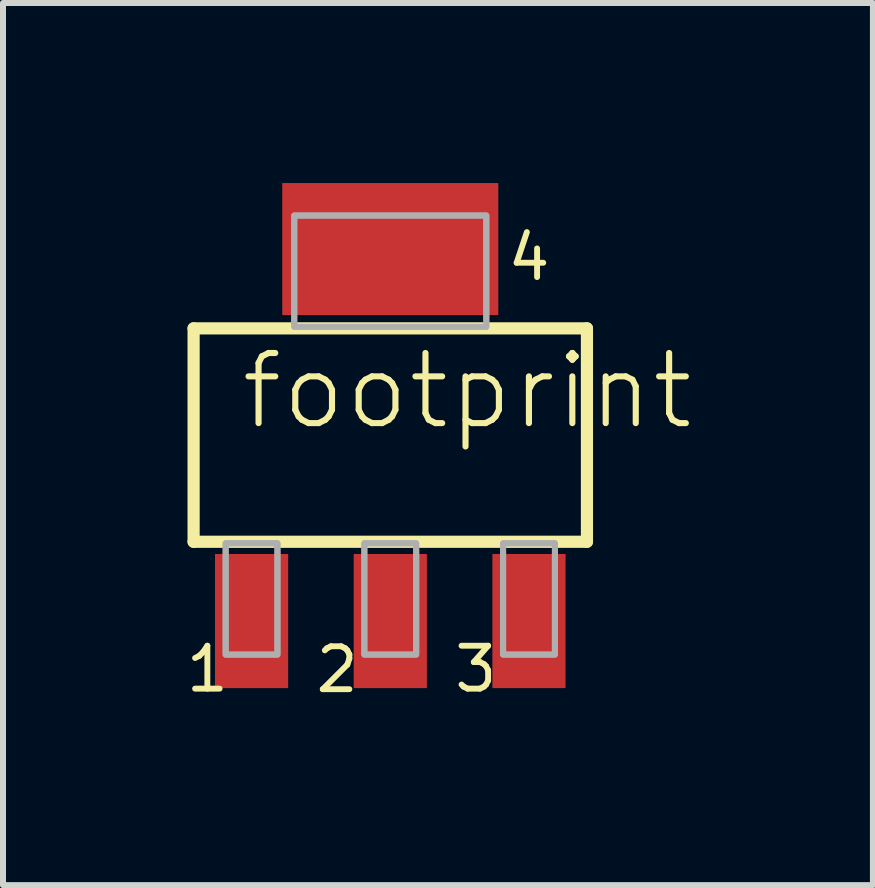
<source format=kicad_pcb>
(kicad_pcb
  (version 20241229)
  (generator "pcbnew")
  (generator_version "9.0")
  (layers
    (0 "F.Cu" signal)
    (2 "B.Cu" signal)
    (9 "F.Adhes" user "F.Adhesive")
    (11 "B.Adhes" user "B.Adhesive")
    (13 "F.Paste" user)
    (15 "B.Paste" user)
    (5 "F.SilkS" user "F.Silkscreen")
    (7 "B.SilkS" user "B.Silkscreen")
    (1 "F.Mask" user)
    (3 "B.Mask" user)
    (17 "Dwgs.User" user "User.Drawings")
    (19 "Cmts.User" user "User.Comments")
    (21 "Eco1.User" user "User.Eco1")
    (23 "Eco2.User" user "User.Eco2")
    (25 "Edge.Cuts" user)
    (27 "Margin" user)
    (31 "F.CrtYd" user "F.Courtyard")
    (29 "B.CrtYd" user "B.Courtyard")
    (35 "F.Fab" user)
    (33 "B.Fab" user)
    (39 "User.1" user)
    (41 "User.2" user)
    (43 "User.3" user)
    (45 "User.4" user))
  (footprint "footprint"
    (layer "F.Cu")
    (at 3.453 4.199)
    (property "Reference" "footprint" (at -2.54 -0.051 0) (layer "F.SilkS") (effects (font (size 1.168 1.168) (thickness 0.102)) (justify left bottom)))
    (fp_line (start -3.277 -1.778) (end 3.277 -1.778) (stroke (width 0.203) (type solid)) (layer "F.SilkS"))
    (fp_line (start -3.277 1.778) (end -3.277 -1.778) (stroke (width 0.203) (type solid)) (layer "F.SilkS"))
    (fp_line (start 3.277 -1.778) (end 3.277 1.778) (stroke (width 0.203) (type solid)) (layer "F.SilkS"))
    (fp_line (start 3.277 1.778) (end -3.277 1.778) (stroke (width 0.203) (type solid)) (layer "F.SilkS"))
    (fp_poly (pts (xy -2.743 3.658) (xy -1.88 3.658) (xy -1.88 1.803) (xy -2.743 1.803)) (stroke (width 0.1) (type solid)) (fill no) (layer "F.Fab"))
    (fp_poly (pts (xy -2.743 3.658) (xy -1.88 3.658) (xy -1.88 1.803) (xy -2.743 1.803)) (stroke (width 0.1) (type solid)) (fill no) (layer "F.Fab"))
    (fp_poly (pts (xy -1.6 -1.803) (xy 1.6 -1.803) (xy 1.6 -3.658) (xy -1.6 -3.658)) (stroke (width 0.1) (type solid)) (fill no) (layer "F.Fab"))
    (fp_poly (pts (xy -1.6 -1.803) (xy 1.6 -1.803) (xy 1.6 -3.658) (xy -1.6 -3.658)) (stroke (width 0.1) (type solid)) (fill no) (layer "F.Fab"))
    (fp_poly (pts (xy -0.432 3.658) (xy 0.432 3.658) (xy 0.432 1.803) (xy -0.432 1.803)) (stroke (width 0.1) (type solid)) (fill no) (layer "F.Fab"))
    (fp_poly (pts (xy -0.432 3.658) (xy 0.432 3.658) (xy 0.432 1.803) (xy -0.432 1.803)) (stroke (width 0.1) (type solid)) (fill no) (layer "F.Fab"))
    (fp_poly (pts (xy 1.88 3.658) (xy 2.743 3.658) (xy 2.743 1.803) (xy 1.88 1.803)) (stroke (width 0.1) (type solid)) (fill no) (layer "F.Fab"))
    (fp_poly (pts (xy 1.88 3.658) (xy 2.743 3.658) (xy 2.743 1.803) (xy 1.88 1.803)) (stroke (width 0.1) (type solid)) (fill no) (layer "F.Fab"))
    (fp_text user "1" (at -3.453 4.318 0) (layer "F.SilkS") (effects (font (size 0.715 0.715) (thickness 0.098)) (justify left bottom)))
    (fp_text user "4" (at 1.905 -2.54 0) (layer "F.SilkS") (effects (font (size 0.715 0.715) (thickness 0.098)) (justify left bottom)))
    (fp_text user "2" (at -1.291 4.327 0) (layer "F.SilkS") (effects (font (size 0.715 0.715) (thickness 0.098)) (justify left bottom)))
    (fp_text user "3" (at 1.021 4.318 0) (layer "F.SilkS") (effects (font (size 0.715 0.715) (thickness 0.098)) (justify left bottom)))
    (pad "1" smd rect (at -2.311 3.099) (size 1.219 2.235) (layers "F.Cu" "F.Mask" "F.Paste"))
    (pad "2" smd rect (at 0 3.099) (size 1.219 2.235) (layers "F.Cu" "F.Mask" "F.Paste"))
    (pad "3" smd rect (at 2.311 3.099) (size 1.219 2.235) (layers "F.Cu" "F.Mask" "F.Paste"))
    (pad "4" smd rect (at 0 -3.099) (size 3.6 2.2) (layers "F.Cu" "F.Mask" "F.Paste")))
  (gr_rect
    (start -3 -3)
    (end 11.495 11.698)
    (stroke (width 0.1) (type default))
    (fill no)
    (layer "Edge.Cuts")))
</source>
